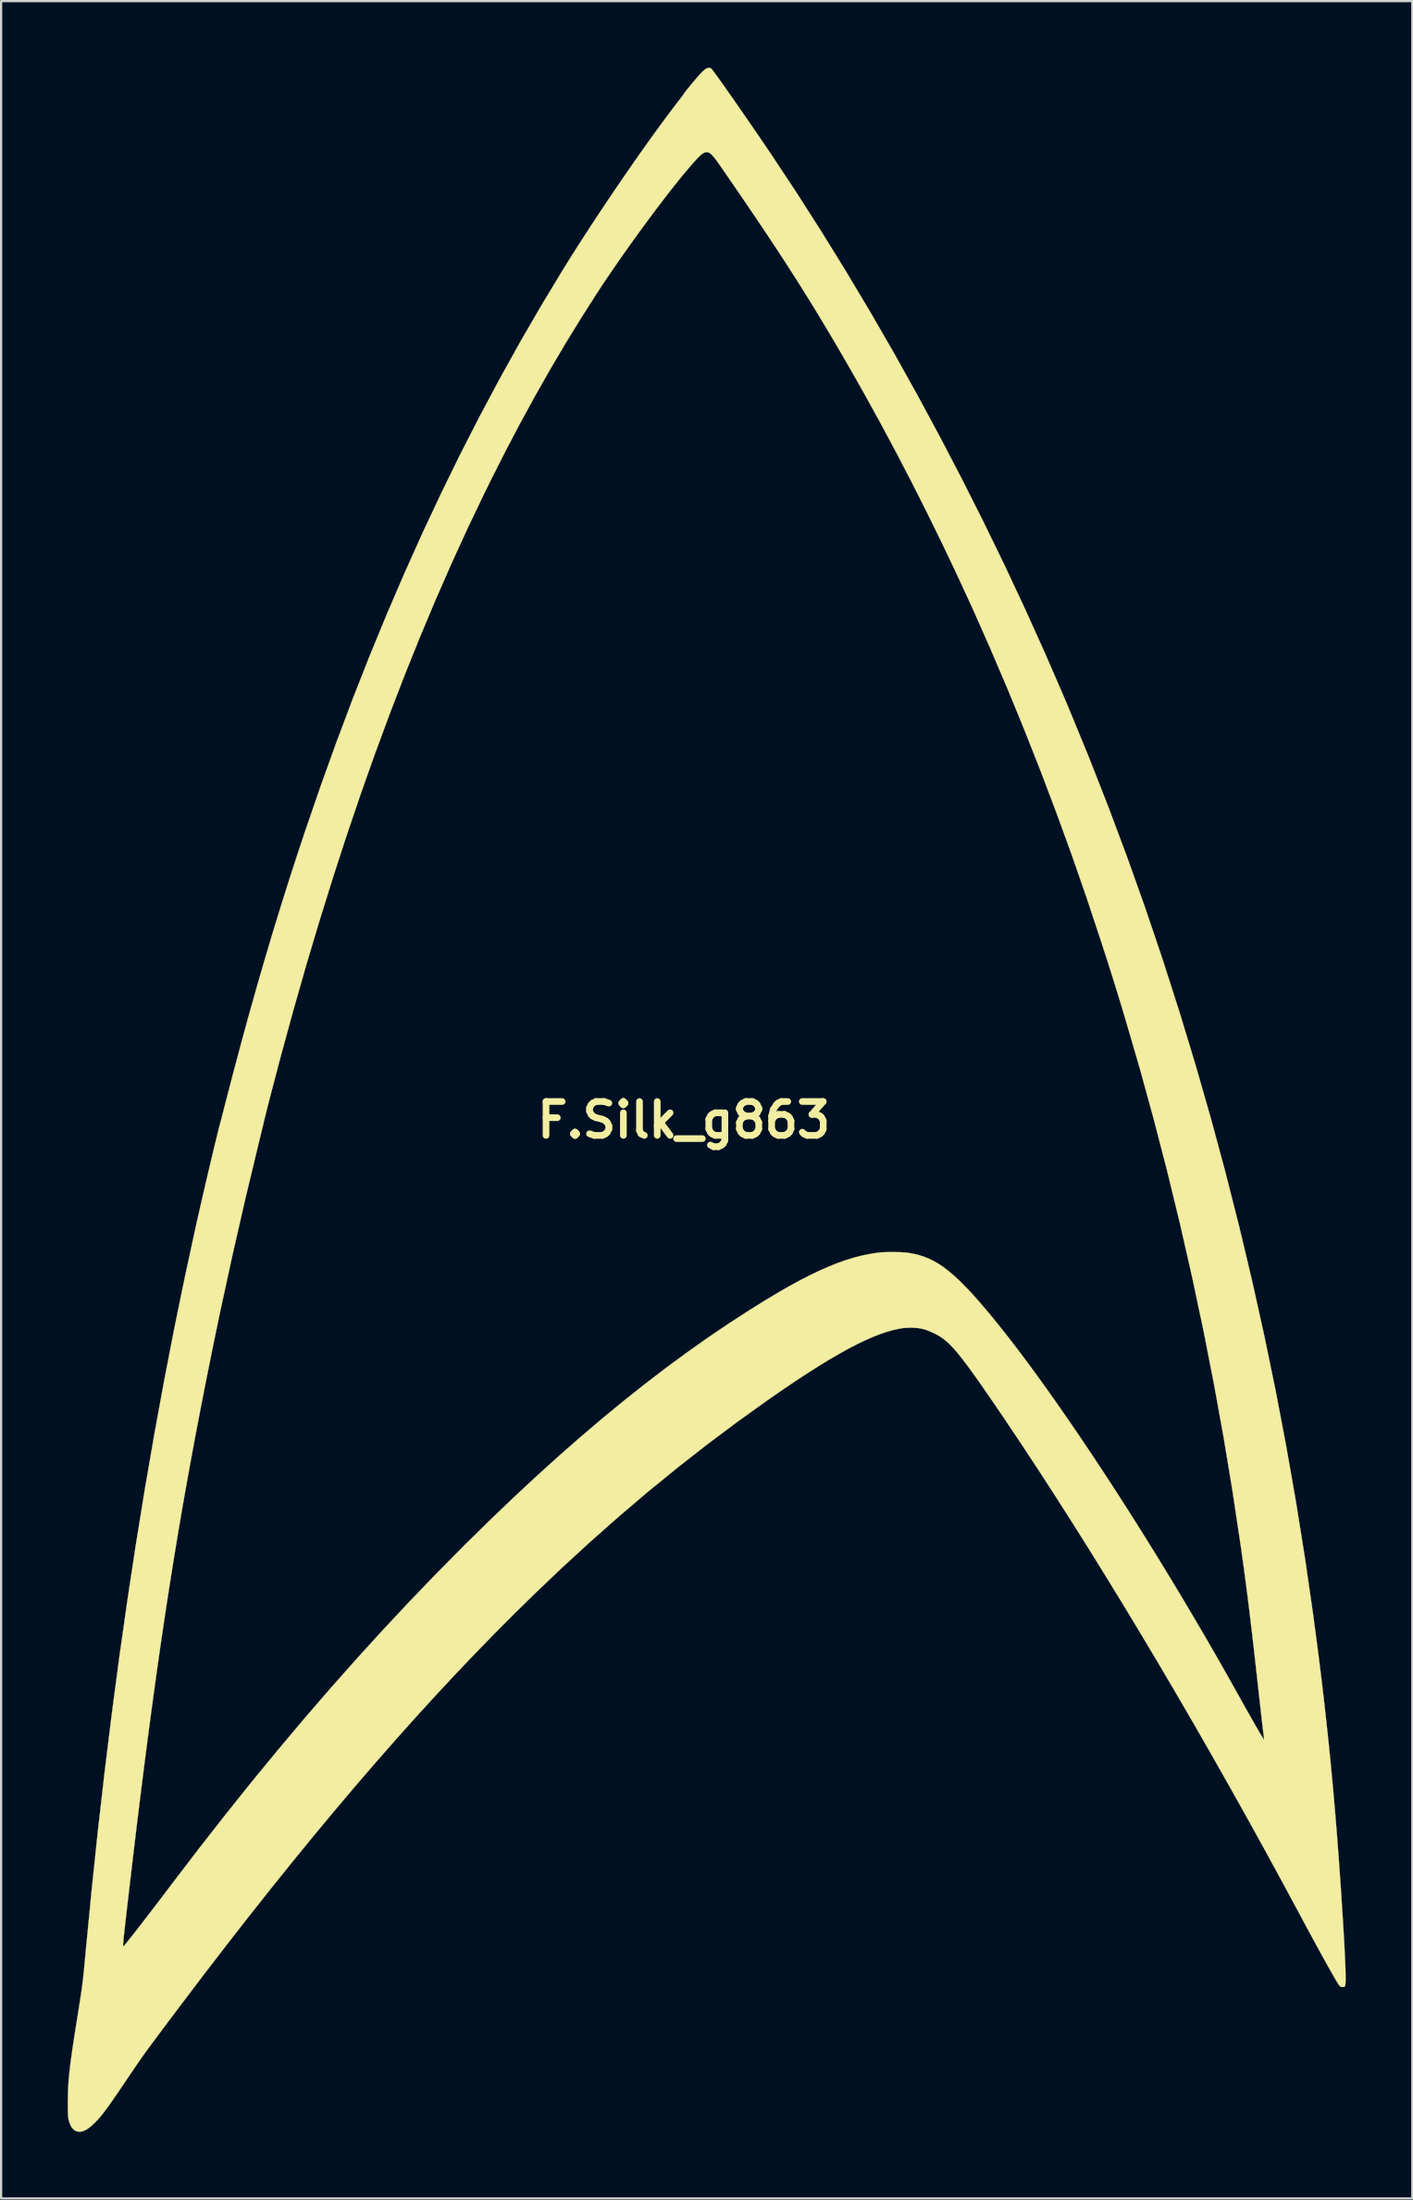
<source format=kicad_pcb>
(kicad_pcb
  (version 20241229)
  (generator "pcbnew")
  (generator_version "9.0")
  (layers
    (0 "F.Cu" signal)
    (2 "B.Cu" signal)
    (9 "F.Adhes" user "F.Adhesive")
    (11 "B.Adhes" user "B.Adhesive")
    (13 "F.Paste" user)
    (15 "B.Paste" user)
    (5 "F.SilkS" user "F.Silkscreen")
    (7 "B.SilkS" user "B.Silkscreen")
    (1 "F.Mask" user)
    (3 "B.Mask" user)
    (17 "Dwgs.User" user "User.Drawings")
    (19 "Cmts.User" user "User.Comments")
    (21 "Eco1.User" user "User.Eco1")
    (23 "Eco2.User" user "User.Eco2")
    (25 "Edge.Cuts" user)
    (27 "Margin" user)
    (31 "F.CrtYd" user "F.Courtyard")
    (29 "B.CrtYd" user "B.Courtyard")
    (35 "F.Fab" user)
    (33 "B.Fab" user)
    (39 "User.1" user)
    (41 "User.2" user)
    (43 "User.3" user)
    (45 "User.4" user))
  (footprint "F.Silk_g863"
    (layer "F.Cu")
    (at 27.742 47.376)
    (property "Reference" "F.Silk_g863" (at 0 0 0) (layer "F.SilkS") (effects (font (size 1.524 1.524) (thickness 0.3))))
    (attr through_hole)
    (fp_poly (pts (xy 1.182 -47.364) (xy 1.228 -47.347) (xy 1.232 -47.345) (xy 1.257 -47.317) (xy 1.304 -47.256) (xy 1.372 -47.165) (xy 1.459 -47.046) (xy 1.563 -46.902) (xy 1.683 -46.735) (xy 1.816 -46.547) (xy 1.962 -46.34) (xy 2.118 -46.118) (xy 2.283 -45.882) (xy 2.455 -45.634) (xy 2.633 -45.378) (xy 2.815 -45.115) (xy 2.999 -44.848) (xy 3.184 -44.579) (xy 3.367 -44.311) (xy 3.548 -44.046) (xy 3.725 -43.786) (xy 3.895 -43.534) (xy 3.941 -43.466) (xy 5.077 -41.751) (xy 6.197 -39.999) (xy 7.301 -38.212) (xy 8.388 -36.393) (xy 9.455 -34.545) (xy 10.501 -32.671) (xy 11.525 -30.773) (xy 12.526 -28.854) (xy 13.501 -26.917) (xy 14.45 -24.965) (xy 15.37 -23.001) (xy 16.261 -21.026) (xy 17.12 -19.045) (xy 17.293 -18.637) (xy 18.214 -16.399) (xy 19.103 -14.135) (xy 19.96 -11.846) (xy 20.783 -9.533) (xy 21.572 -7.196) (xy 22.328 -4.837) (xy 23.05 -2.458) (xy 23.738 -0.059) (xy 24.391 2.359) (xy 25.009 4.795) (xy 25.592 7.247) (xy 26.14 9.714) (xy 26.652 12.196) (xy 27.128 14.691) (xy 27.567 17.198) (xy 27.97 19.717) (xy 28.336 22.245) (xy 28.575 24.056) (xy 28.704 25.092) (xy 28.824 26.108) (xy 28.936 27.11) (xy 29.042 28.105) (xy 29.141 29.1) (xy 29.235 30.102) (xy 29.324 31.117) (xy 29.408 32.152) (xy 29.489 33.214) (xy 29.566 34.309) (xy 29.59 34.66) (xy 29.628 35.234) (xy 29.662 35.765) (xy 29.693 36.255) (xy 29.719 36.703) (xy 29.742 37.111) (xy 29.761 37.477) (xy 29.776 37.804) (xy 29.788 38.089) (xy 29.796 38.335) (xy 29.8 38.542) (xy 29.8 38.708) (xy 29.797 38.836) (xy 29.79 38.925) (xy 29.779 38.975) (xy 29.778 38.977) (xy 29.755 39.013) (xy 29.717 39.028) (xy 29.665 39.031) (xy 29.591 39.022) (xy 29.539 38.989) (xy 29.534 38.984) (xy 29.501 38.94) (xy 29.449 38.859) (xy 29.378 38.744) (xy 29.291 38.595) (xy 29.187 38.413) (xy 29.066 38.201) (xy 28.931 37.959) (xy 28.781 37.688) (xy 28.617 37.389) (xy 28.439 37.065) (xy 28.25 36.716) (xy 28.048 36.344) (xy 27.836 35.95) (xy 27.633 35.571) (xy 26.875 34.165) (xy 26.109 32.761) (xy 25.335 31.362) (xy 24.556 29.971) (xy 23.772 28.588) (xy 22.985 27.217) (xy 22.196 25.86) (xy 21.407 24.519) (xy 20.618 23.197) (xy 19.832 21.894) (xy 19.049 20.615) (xy 18.271 19.36) (xy 17.499 18.133) (xy 16.735 16.936) (xy 15.98 15.77) (xy 15.235 14.638) (xy 14.502 13.543) (xy 14.037 12.859) (xy 13.772 12.472) (xy 13.528 12.12) (xy 13.305 11.799) (xy 13.099 11.508) (xy 12.911 11.246) (xy 12.737 11.011) (xy 12.577 10.8) (xy 12.43 10.613) (xy 12.293 10.446) (xy 12.165 10.3) (xy 12.045 10.17) (xy 11.931 10.057) (xy 11.821 9.957) (xy 11.714 9.87) (xy 11.609 9.793) (xy 11.504 9.725) (xy 11.397 9.663) (xy 11.287 9.607) (xy 11.261 9.595) (xy 11.065 9.507) (xy 10.892 9.441) (xy 10.729 9.396) (xy 10.565 9.367) (xy 10.39 9.352) (xy 10.245 9.349) (xy 10.085 9.35) (xy 9.942 9.359) (xy 9.804 9.375) (xy 9.657 9.401) (xy 9.49 9.438) (xy 9.391 9.463) (xy 9.108 9.543) (xy 8.807 9.647) (xy 8.485 9.774) (xy 8.143 9.926) (xy 7.78 10.102) (xy 7.393 10.303) (xy 6.984 10.531) (xy 6.55 10.784) (xy 6.09 11.064) (xy 5.605 11.372) (xy 5.092 11.707) (xy 4.551 12.071) (xy 3.981 12.463) (xy 3.768 12.612) (xy 2.407 13.588) (xy 1.062 14.595) (xy -0.27 15.637) (xy -1.591 16.713) (xy -2.902 17.827) (xy -4.205 18.978) (xy -5.501 20.168) (xy -6.752 21.36) (xy -7.63 22.221) (xy -8.51 23.105) (xy -9.394 24.013) (xy -10.282 24.945) (xy -11.175 25.904) (xy -12.075 26.889) (xy -12.981 27.902) (xy -13.895 28.944) (xy -14.817 30.015) (xy -15.749 31.117) (xy -16.691 32.251) (xy -17.644 33.417) (xy -18.609 34.617) (xy -19.586 35.852) (xy -20.577 37.122) (xy -21.582 38.428) (xy -22.602 39.772) (xy -23.262 40.651) (xy -23.452 40.905) (xy -23.62 41.129) (xy -23.767 41.326) (xy -23.897 41.501) (xy -24.012 41.656) (xy -24.114 41.795) (xy -24.207 41.922) (xy -24.293 42.04) (xy -24.374 42.154) (xy -24.453 42.266) (xy -24.533 42.381) (xy -24.616 42.502) (xy -24.705 42.632) (xy -24.803 42.776) (xy -24.911 42.936) (xy -25.033 43.117) (xy -25.083 43.191) (xy -25.273 43.471) (xy -25.442 43.72) (xy -25.591 43.938) (xy -25.723 44.129) (xy -25.84 44.297) (xy -25.944 44.442) (xy -26.037 44.569) (xy -26.121 44.68) (xy -26.198 44.778) (xy -26.27 44.865) (xy -26.339 44.945) (xy -26.408 45.02) (xy -26.477 45.093) (xy -26.507 45.123) (xy -26.656 45.266) (xy -26.789 45.375) (xy -26.912 45.455) (xy -27.03 45.509) (xy -27.04 45.513) (xy -27.153 45.542) (xy -27.251 45.545) (xy -27.352 45.521) (xy -27.355 45.52) (xy -27.458 45.465) (xy -27.545 45.379) (xy -27.616 45.259) (xy -27.674 45.102) (xy -27.703 44.993) (xy -27.714 44.94) (xy -27.722 44.879) (xy -27.728 44.806) (xy -27.732 44.713) (xy -27.735 44.596) (xy -27.736 44.45) (xy -27.737 44.268) (xy -27.737 44.207) (xy -27.735 44.013) (xy -27.731 43.826) (xy -27.725 43.642) (xy -27.716 43.458) (xy -27.703 43.269) (xy -27.687 43.073) (xy -27.666 42.865) (xy -27.641 42.642) (xy -27.611 42.401) (xy -27.575 42.138) (xy -27.534 41.85) (xy -27.487 41.532) (xy -27.433 41.182) (xy -27.372 40.796) (xy -27.337 40.577) (xy -27.288 40.272) (xy -27.246 40.004) (xy -27.209 39.768) (xy -27.176 39.559) (xy -27.148 39.372) (xy -27.123 39.202) (xy -27.101 39.045) (xy -27.081 38.895) (xy -27.063 38.747) (xy -27.045 38.596) (xy -27.028 38.438) (xy -27.011 38.268) (xy -26.993 38.08) (xy -26.973 37.869) (xy -26.951 37.632) (xy -26.935 37.454) (xy -26.906 37.157) (xy -25.25 37.157) (xy -25.249 37.189) (xy -25.246 37.207) (xy -25.241 37.211) (xy -25.226 37.195) (xy -25.187 37.151) (xy -25.13 37.082) (xy -25.058 36.993) (xy -24.975 36.889) (xy -24.906 36.804) (xy -24.738 36.59) (xy -24.546 36.345) (xy -24.33 36.066) (xy -24.091 35.755) (xy -23.827 35.41) (xy -23.538 35.032) (xy -23.225 34.619) (xy -23.008 34.332) (xy -21.823 32.783) (xy -20.642 31.273) (xy -19.464 29.802) (xy -18.286 28.368) (xy -17.108 26.968) (xy -15.928 25.602) (xy -14.744 24.267) (xy -13.555 22.961) (xy -12.359 21.683) (xy -11.154 20.43) (xy -9.94 19.202) (xy -9.776 19.038) (xy -8.734 18.016) (xy -7.707 17.032) (xy -6.692 16.087) (xy -5.689 15.178) (xy -4.696 14.306) (xy -3.714 13.47) (xy -2.74 12.668) (xy -1.773 11.9) (xy -0.813 11.165) (xy 0.141 10.463) (xy 1.091 9.791) (xy 2.037 9.151) (xy 2.981 8.54) (xy 3.683 8.103) (xy 4.217 7.783) (xy 4.724 7.491) (xy 5.205 7.228) (xy 5.663 6.992) (xy 6.1 6.782) (xy 6.519 6.597) (xy 6.92 6.437) (xy 7.307 6.3) (xy 7.683 6.186) (xy 8.048 6.093) (xy 8.406 6.021) (xy 8.758 5.968) (xy 8.774 5.966) (xy 8.905 5.954) (xy 9.065 5.947) (xy 9.245 5.942) (xy 9.435 5.942) (xy 9.624 5.945) (xy 9.802 5.951) (xy 9.96 5.961) (xy 10.087 5.974) (xy 10.101 5.976) (xy 10.342 6.019) (xy 10.574 6.075) (xy 10.799 6.145) (xy 11.02 6.233) (xy 11.238 6.338) (xy 11.457 6.463) (xy 11.678 6.61) (xy 11.903 6.779) (xy 12.135 6.974) (xy 12.376 7.195) (xy 12.628 7.444) (xy 12.893 7.722) (xy 13.174 8.032) (xy 13.472 8.376) (xy 13.762 8.72) (xy 14.156 9.2) (xy 14.566 9.718) (xy 14.992 10.27) (xy 15.432 10.855) (xy 15.885 11.471) (xy 16.35 12.117) (xy 16.826 12.79) (xy 17.311 13.488) (xy 17.805 14.21) (xy 18.306 14.955) (xy 18.812 15.719) (xy 19.324 16.502) (xy 19.839 17.301) (xy 20.356 18.115) (xy 20.874 18.941) (xy 21.393 19.779) (xy 21.91 20.626) (xy 22.425 21.48) (xy 22.936 22.34) (xy 23.442 23.203) (xy 23.943 24.069) (xy 24.436 24.934) (xy 24.921 25.798) (xy 24.929 25.813) (xy 25.116 26.147) (xy 25.289 26.456) (xy 25.447 26.738) (xy 25.591 26.991) (xy 25.719 27.216) (xy 25.831 27.411) (xy 25.927 27.574) (xy 26.004 27.705) (xy 26.064 27.802) (xy 26.105 27.865) (xy 26.127 27.892) (xy 26.13 27.893) (xy 26.129 27.871) (xy 26.123 27.815) (xy 26.114 27.731) (xy 26.101 27.629) (xy 26.095 27.58) (xy 26.087 27.516) (xy 26.075 27.413) (xy 26.059 27.275) (xy 26.039 27.105) (xy 26.017 26.906) (xy 25.991 26.681) (xy 25.963 26.434) (xy 25.933 26.168) (xy 25.902 25.887) (xy 25.869 25.593) (xy 25.835 25.29) (xy 25.813 25.093) (xy 25.752 24.548) (xy 25.695 24.041) (xy 25.641 23.567) (xy 25.59 23.123) (xy 25.54 22.704) (xy 25.493 22.306) (xy 25.446 21.925) (xy 25.4 21.556) (xy 25.354 21.196) (xy 25.308 20.84) (xy 25.26 20.483) (xy 25.212 20.123) (xy 25.16 19.754) (xy 25.107 19.372) (xy 25.07 19.113) (xy 24.707 16.699) (xy 24.307 14.284) (xy 23.87 11.87) (xy 23.397 9.462) (xy 22.888 7.063) (xy 22.345 4.675) (xy 21.768 2.303) (xy 21.158 -0.051) (xy 20.516 -2.383) (xy 19.841 -4.69) (xy 19.682 -5.218) (xy 19.61 -5.453) (xy 19.545 -5.665) (xy 19.485 -5.86) (xy 19.429 -6.041) (xy 19.376 -6.214) (xy 19.322 -6.384) (xy 19.268 -6.557) (xy 19.211 -6.736) (xy 19.15 -6.928) (xy 19.083 -7.137) (xy 19.009 -7.368) (xy 18.925 -7.626) (xy 18.831 -7.917) (xy 18.773 -8.096) (xy 18.142 -9.998) (xy 17.48 -11.905) (xy 16.787 -13.811) (xy 16.068 -15.71) (xy 15.324 -17.595) (xy 14.558 -19.46) (xy 13.772 -21.299) (xy 12.97 -23.105) (xy 12.927 -23.199) (xy 12.287 -24.585) (xy 11.627 -25.971) (xy 10.951 -27.349) (xy 10.262 -28.715) (xy 9.562 -30.06) (xy 8.855 -31.381) (xy 8.145 -32.669) (xy 7.677 -33.496) (xy 7.364 -34.041) (xy 7.059 -34.568) (xy 6.759 -35.079) (xy 6.463 -35.578) (xy 6.169 -36.068) (xy 5.875 -36.552) (xy 5.578 -37.033) (xy 5.277 -37.514) (xy 4.97 -37.999) (xy 4.655 -38.49) (xy 4.329 -38.991) (xy 3.991 -39.504) (xy 3.639 -40.033) (xy 3.271 -40.58) (xy 2.885 -41.15) (xy 2.479 -41.745) (xy 2.051 -42.368) (xy 1.704 -42.87) (xy 1.565 -43.07) (xy 1.445 -43.237) (xy 1.339 -43.371) (xy 1.245 -43.471) (xy 1.159 -43.539) (xy 1.075 -43.574) (xy 0.991 -43.577) (xy 0.903 -43.546) (xy 0.807 -43.483) (xy 0.699 -43.388) (xy 0.575 -43.26) (xy 0.431 -43.1) (xy 0.264 -42.908) (xy 0.257 -42.9) (xy 0.042 -42.647) (xy -0.193 -42.361) (xy -0.445 -42.046) (xy -0.711 -41.707) (xy -0.989 -41.346) (xy -1.276 -40.967) (xy -1.569 -40.575) (xy -1.866 -40.172) (xy -2.164 -39.762) (xy -2.461 -39.349) (xy -2.753 -38.936) (xy -3.038 -38.528) (xy -3.313 -38.127) (xy -3.576 -37.738) (xy -3.824 -37.364) (xy -3.894 -37.255) (xy -4.62 -36.118) (xy -5.329 -34.964) (xy -6.022 -33.791) (xy -6.702 -32.594) (xy -7.371 -31.369) (xy -8.032 -30.112) (xy -8.687 -28.818) (xy -8.979 -28.226) (xy -9.723 -26.67) (xy -10.454 -25.074) (xy -11.171 -23.439) (xy -11.874 -21.764) (xy -12.564 -20.05) (xy -13.24 -18.297) (xy -13.903 -16.504) (xy -14.551 -14.674) (xy -15.186 -12.804) (xy -15.806 -10.896) (xy -16.412 -8.951) (xy -17.005 -6.967) (xy -17.582 -4.946) (xy -18.146 -2.887) (xy -18.656 -0.942) (xy -18.704 -0.755) (xy -18.749 -0.579) (xy -18.79 -0.418) (xy -18.825 -0.277) (xy -18.854 -0.161) (xy -18.875 -0.075) (xy -18.888 -0.023) (xy -18.89 -0.011) (xy -18.897 0.023) (xy -18.914 0.093) (xy -18.938 0.195) (xy -18.969 0.324) (xy -19.006 0.477) (xy -19.047 0.647) (xy -19.093 0.832) (xy -19.122 0.953) (xy -19.744 3.54) (xy -20.333 6.117) (xy -20.889 8.677) (xy -21.164 10.001) (xy -21.356 10.947) (xy -21.542 11.878) (xy -21.722 12.797) (xy -21.897 13.707) (xy -22.068 14.609) (xy -22.233 15.506) (xy -22.394 16.4) (xy -22.552 17.293) (xy -22.706 18.188) (xy -22.856 19.087) (xy -23.004 19.992) (xy -23.149 20.906) (xy -23.293 21.831) (xy -23.434 22.769) (xy -23.574 23.723) (xy -23.713 24.694) (xy -23.851 25.685) (xy -23.989 26.699) (xy -24.127 27.737) (xy -24.265 28.803) (xy -24.404 29.897) (xy -24.544 31.023) (xy -24.685 32.183) (xy -24.828 33.379) (xy -24.973 34.614) (xy -25.072 35.46) (xy -25.108 35.779) (xy -25.14 36.058) (xy -25.167 36.299) (xy -25.19 36.507) (xy -25.209 36.682) (xy -25.224 36.827) (xy -25.235 36.944) (xy -25.243 37.037) (xy -25.248 37.107) (xy -25.25 37.157) (xy -26.906 37.157) (xy -26.67 34.723) (xy -26.387 32.029) (xy -26.083 29.371) (xy -25.76 26.75) (xy -25.417 24.163) (xy -25.054 21.612) (xy -24.672 19.096) (xy -24.269 16.613) (xy -23.846 14.164) (xy -23.403 11.747) (xy -22.94 9.363) (xy -22.456 7.011) (xy -21.952 4.69) (xy -21.897 4.445) (xy -21.835 4.172) (xy -21.769 3.882) (xy -21.7 3.578) (xy -21.627 3.265) (xy -21.553 2.946) (xy -21.478 2.626) (xy -21.404 2.308) (xy -21.33 1.996) (xy -21.258 1.694) (xy -21.19 1.406) (xy -21.125 1.137) (xy -21.065 0.889) (xy -21.01 0.667) (xy -20.962 0.475) (xy -20.922 0.316) (xy -20.892 0.201) (xy -20.872 0.125) (xy -20.843 0.015) (xy -20.807 -0.124) (xy -20.766 -0.283) (xy -20.721 -0.457) (xy -20.674 -0.639) (xy -20.637 -0.783) (xy -20.282 -2.149) (xy -19.928 -3.476) (xy -19.574 -4.77) (xy -19.217 -6.035) (xy -18.858 -7.274) (xy -18.495 -8.492) (xy -18.126 -9.693) (xy -17.75 -10.883) (xy -17.366 -12.064) (xy -17.063 -12.975) (xy -16.366 -15.002) (xy -15.65 -16.992) (xy -14.915 -18.946) (xy -14.16 -20.864) (xy -13.385 -22.747) (xy -12.59 -24.596) (xy -11.774 -26.413) (xy -10.937 -28.197) (xy -10.078 -29.95) (xy -9.197 -31.672) (xy -8.294 -33.365) (xy -7.369 -35.029) (xy -6.42 -36.666) (xy -5.451 -38.269) (xy -5.149 -38.754) (xy -4.831 -39.256) (xy -4.5 -39.772) (xy -4.158 -40.298) (xy -3.807 -40.83) (xy -3.45 -41.365) (xy -3.09 -41.898) (xy -2.729 -42.427) (xy -2.37 -42.947) (xy -2.015 -43.454) (xy -1.667 -43.946) (xy -1.329 -44.417) (xy -1.002 -44.865) (xy -0.69 -45.286) (xy -0.396 -45.675) (xy -0.251 -45.863) (xy -0.173 -45.964) (xy -0.105 -46.053) (xy -0.051 -46.126) (xy -0.015 -46.176) (xy -0.000114 -46.199) (xy 0 -46.199) (xy 0.013 -46.222) (xy 0.049 -46.271) (xy 0.105 -46.342) (xy 0.175 -46.43) (xy 0.256 -46.531) (xy 0.344 -46.637) (xy 0.435 -46.746) (xy 0.523 -46.851) (xy 0.606 -46.947) (xy 0.629 -46.973) (xy 0.75 -47.108) (xy 0.851 -47.211) (xy 0.935 -47.286) (xy 1.005 -47.336) (xy 1.067 -47.363) (xy 1.121 -47.371) (xy 1.182 -47.364)) (stroke (width 0.01) (type solid)) (fill yes) (layer "F.SilkS")))
  (gr_rect
    (start -3 -3)
    (end 60.547 95.926)
    (stroke (width 0.1) (type default))
    (fill no)
    (layer "Edge.Cuts")))
</source>
